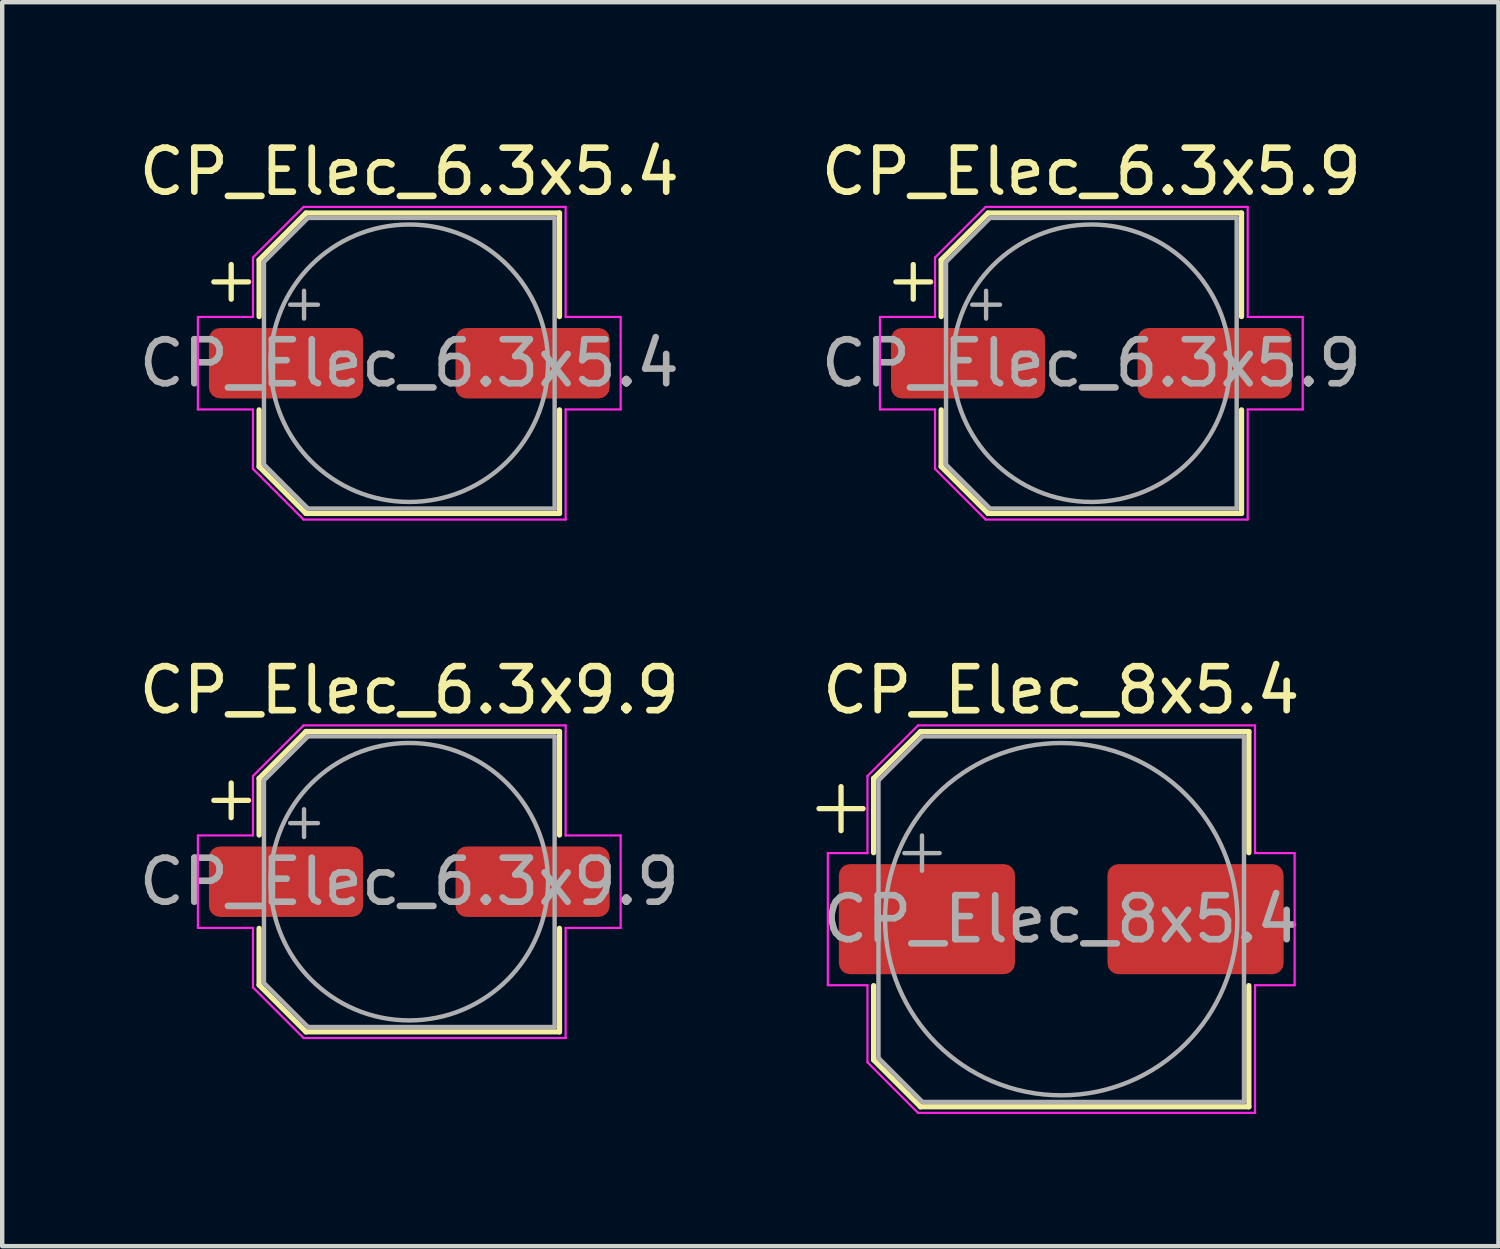
<source format=kicad_pcb>
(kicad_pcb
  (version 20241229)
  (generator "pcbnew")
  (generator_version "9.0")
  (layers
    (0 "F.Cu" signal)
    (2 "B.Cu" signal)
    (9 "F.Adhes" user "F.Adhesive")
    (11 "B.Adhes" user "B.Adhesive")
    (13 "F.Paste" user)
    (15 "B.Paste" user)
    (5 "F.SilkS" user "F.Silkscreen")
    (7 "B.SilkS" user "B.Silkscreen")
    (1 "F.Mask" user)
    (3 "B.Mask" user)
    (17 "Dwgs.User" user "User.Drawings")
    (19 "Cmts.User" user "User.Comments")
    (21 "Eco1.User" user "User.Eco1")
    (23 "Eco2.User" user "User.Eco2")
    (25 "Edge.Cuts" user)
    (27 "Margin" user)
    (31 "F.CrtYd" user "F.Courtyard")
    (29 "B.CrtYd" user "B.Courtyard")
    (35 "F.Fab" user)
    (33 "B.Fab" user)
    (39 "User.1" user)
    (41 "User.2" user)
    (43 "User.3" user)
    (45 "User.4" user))
  (footprint "CP_Elec_6.3x5.4"
    (layer "F.Cu")
    (at 6.244 5.198)
    (property "Reference" "CP_Elec_6.3x5.4" (at 0 -4.35 0) (layer "F.SilkS") (effects (font (size 1 1) (thickness 0.15))))
    (attr smd)
    (fp_line (start -4.438 -1.847) (end -3.65 -1.847) (stroke (width 0.12) (type solid)) (layer "F.SilkS"))
    (fp_line (start -4.044 -2.241) (end -4.044 -1.454) (stroke (width 0.12) (type solid)) (layer "F.SilkS"))
    (fp_line (start -3.41 -2.346) (end -3.41 -1.06) (stroke (width 0.12) (type solid)) (layer "F.SilkS"))
    (fp_line (start -3.41 -2.346) (end -2.346 -3.41) (stroke (width 0.12) (type solid)) (layer "F.SilkS"))
    (fp_line (start -3.41 2.346) (end -3.41 1.06) (stroke (width 0.12) (type solid)) (layer "F.SilkS"))
    (fp_line (start -3.41 2.346) (end -2.346 3.41) (stroke (width 0.12) (type solid)) (layer "F.SilkS"))
    (fp_line (start -2.346 -3.41) (end 3.41 -3.41) (stroke (width 0.12) (type solid)) (layer "F.SilkS"))
    (fp_line (start -2.346 3.41) (end 3.41 3.41) (stroke (width 0.12) (type solid)) (layer "F.SilkS"))
    (fp_line (start 3.41 -3.41) (end 3.41 -1.06) (stroke (width 0.12) (type solid)) (layer "F.SilkS"))
    (fp_line (start 3.41 3.41) (end 3.41 1.06) (stroke (width 0.12) (type solid)) (layer "F.SilkS"))
    (fp_line (start -4.8 -1.05) (end -4.8 1.05) (stroke (width 0.05) (type solid)) (layer "F.CrtYd"))
    (fp_line (start -4.8 1.05) (end -3.55 1.05) (stroke (width 0.05) (type solid)) (layer "F.CrtYd"))
    (fp_line (start -3.55 -2.4) (end -3.55 -1.05) (stroke (width 0.05) (type solid)) (layer "F.CrtYd"))
    (fp_line (start -3.55 -2.4) (end -2.4 -3.55) (stroke (width 0.05) (type solid)) (layer "F.CrtYd"))
    (fp_line (start -3.55 -1.05) (end -4.8 -1.05) (stroke (width 0.05) (type solid)) (layer "F.CrtYd"))
    (fp_line (start -3.55 1.05) (end -3.55 2.4) (stroke (width 0.05) (type solid)) (layer "F.CrtYd"))
    (fp_line (start -3.55 2.4) (end -2.4 3.55) (stroke (width 0.05) (type solid)) (layer "F.CrtYd"))
    (fp_line (start -2.4 -3.55) (end 3.55 -3.55) (stroke (width 0.05) (type solid)) (layer "F.CrtYd"))
    (fp_line (start -2.4 3.55) (end 3.55 3.55) (stroke (width 0.05) (type solid)) (layer "F.CrtYd"))
    (fp_line (start 3.55 -3.55) (end 3.55 -1.05) (stroke (width 0.05) (type solid)) (layer "F.CrtYd"))
    (fp_line (start 3.55 -1.05) (end 4.8 -1.05) (stroke (width 0.05) (type solid)) (layer "F.CrtYd"))
    (fp_line (start 3.55 1.05) (end 3.55 3.55) (stroke (width 0.05) (type solid)) (layer "F.CrtYd"))
    (fp_line (start 4.8 -1.05) (end 4.8 1.05) (stroke (width 0.05) (type solid)) (layer "F.CrtYd"))
    (fp_line (start 4.8 1.05) (end 3.55 1.05) (stroke (width 0.05) (type solid)) (layer "F.CrtYd"))
    (fp_line (start -3.3 -2.3) (end -3.3 2.3) (stroke (width 0.1) (type solid)) (layer "F.Fab"))
    (fp_line (start -3.3 -2.3) (end -2.3 -3.3) (stroke (width 0.1) (type solid)) (layer "F.Fab"))
    (fp_line (start -3.3 2.3) (end -2.3 3.3) (stroke (width 0.1) (type solid)) (layer "F.Fab"))
    (fp_line (start -2.705 -1.33) (end -2.075 -1.33) (stroke (width 0.1) (type solid)) (layer "F.Fab"))
    (fp_line (start -2.39 -1.645) (end -2.39 -1.015) (stroke (width 0.1) (type solid)) (layer "F.Fab"))
    (fp_line (start -2.3 -3.3) (end 3.3 -3.3) (stroke (width 0.1) (type solid)) (layer "F.Fab"))
    (fp_line (start -2.3 3.3) (end 3.3 3.3) (stroke (width 0.1) (type solid)) (layer "F.Fab"))
    (fp_line (start 3.3 -3.3) (end 3.3 3.3) (stroke (width 0.1) (type solid)) (layer "F.Fab"))
    (fp_circle (center 0 0) (end 3.15 0) (stroke (width 0.1) (type solid)) (fill no) (layer "F.Fab"))
    (fp_text user "${REFERENCE}" (at 0 0 0) (layer "F.Fab") (effects (font (size 1 1) (thickness 0.15))))
    (pad "1" smd roundrect (at -2.8 0) (size 3.5 1.6) (layers "F.Cu" "F.Mask" "F.Paste") (roundrect_rratio 0.156))
    (pad "2" smd roundrect (at 2.8 0) (size 3.5 1.6) (layers "F.Cu" "F.Mask" "F.Paste") (roundrect_rratio 0.156)))
  (footprint "CP_Elec_8x5.4"
    (layer "F.Cu")
    (at 21.048 17.822)
    (property "Reference" "CP_Elec_8x5.4" (at 0 -5.2 0) (layer "F.SilkS") (effects (font (size 1 1) (thickness 0.15))))
    (attr smd)
    (fp_line (start -5.5 -2.51) (end -4.5 -2.51) (stroke (width 0.12) (type solid)) (layer "F.SilkS"))
    (fp_line (start -5 -3.01) (end -5 -2.01) (stroke (width 0.12) (type solid)) (layer "F.SilkS"))
    (fp_line (start -4.26 -3.196) (end -4.26 -1.51) (stroke (width 0.12) (type solid)) (layer "F.SilkS"))
    (fp_line (start -4.26 -3.196) (end -3.196 -4.26) (stroke (width 0.12) (type solid)) (layer "F.SilkS"))
    (fp_line (start -4.26 3.196) (end -4.26 1.51) (stroke (width 0.12) (type solid)) (layer "F.SilkS"))
    (fp_line (start -4.26 3.196) (end -3.196 4.26) (stroke (width 0.12) (type solid)) (layer "F.SilkS"))
    (fp_line (start -3.196 -4.26) (end 4.26 -4.26) (stroke (width 0.12) (type solid)) (layer "F.SilkS"))
    (fp_line (start -3.196 4.26) (end 4.26 4.26) (stroke (width 0.12) (type solid)) (layer "F.SilkS"))
    (fp_line (start 4.26 -4.26) (end 4.26 -1.51) (stroke (width 0.12) (type solid)) (layer "F.SilkS"))
    (fp_line (start 4.26 4.26) (end 4.26 1.51) (stroke (width 0.12) (type solid)) (layer "F.SilkS"))
    (fp_line (start -5.3 -1.5) (end -5.3 1.5) (stroke (width 0.05) (type solid)) (layer "F.CrtYd"))
    (fp_line (start -5.3 1.5) (end -4.4 1.5) (stroke (width 0.05) (type solid)) (layer "F.CrtYd"))
    (fp_line (start -4.4 -3.25) (end -4.4 -1.5) (stroke (width 0.05) (type solid)) (layer "F.CrtYd"))
    (fp_line (start -4.4 -3.25) (end -3.25 -4.4) (stroke (width 0.05) (type solid)) (layer "F.CrtYd"))
    (fp_line (start -4.4 -1.5) (end -5.3 -1.5) (stroke (width 0.05) (type solid)) (layer "F.CrtYd"))
    (fp_line (start -4.4 1.5) (end -4.4 3.25) (stroke (width 0.05) (type solid)) (layer "F.CrtYd"))
    (fp_line (start -4.4 3.25) (end -3.25 4.4) (stroke (width 0.05) (type solid)) (layer "F.CrtYd"))
    (fp_line (start -3.25 -4.4) (end 4.4 -4.4) (stroke (width 0.05) (type solid)) (layer "F.CrtYd"))
    (fp_line (start -3.25 4.4) (end 4.4 4.4) (stroke (width 0.05) (type solid)) (layer "F.CrtYd"))
    (fp_line (start 4.4 -4.4) (end 4.4 -1.5) (stroke (width 0.05) (type solid)) (layer "F.CrtYd"))
    (fp_line (start 4.4 -1.5) (end 5.3 -1.5) (stroke (width 0.05) (type solid)) (layer "F.CrtYd"))
    (fp_line (start 4.4 1.5) (end 4.4 4.4) (stroke (width 0.05) (type solid)) (layer "F.CrtYd"))
    (fp_line (start 5.3 -1.5) (end 5.3 1.5) (stroke (width 0.05) (type solid)) (layer "F.CrtYd"))
    (fp_line (start 5.3 1.5) (end 4.4 1.5) (stroke (width 0.05) (type solid)) (layer "F.CrtYd"))
    (fp_line (start -4.15 -3.15) (end -4.15 3.15) (stroke (width 0.1) (type solid)) (layer "F.Fab"))
    (fp_line (start -4.15 -3.15) (end -3.15 -4.15) (stroke (width 0.1) (type solid)) (layer "F.Fab"))
    (fp_line (start -4.15 3.15) (end -3.15 4.15) (stroke (width 0.1) (type solid)) (layer "F.Fab"))
    (fp_line (start -3.562 -1.5) (end -2.762 -1.5) (stroke (width 0.1) (type solid)) (layer "F.Fab"))
    (fp_line (start -3.162 -1.9) (end -3.162 -1.1) (stroke (width 0.1) (type solid)) (layer "F.Fab"))
    (fp_line (start -3.15 -4.15) (end 4.15 -4.15) (stroke (width 0.1) (type solid)) (layer "F.Fab"))
    (fp_line (start -3.15 4.15) (end 4.15 4.15) (stroke (width 0.1) (type solid)) (layer "F.Fab"))
    (fp_line (start 4.15 -4.15) (end 4.15 4.15) (stroke (width 0.1) (type solid)) (layer "F.Fab"))
    (fp_circle (center 0 0) (end 4 0) (stroke (width 0.1) (type solid)) (fill no) (layer "F.Fab"))
    (fp_text user "${REFERENCE}" (at 0 0 0) (layer "F.Fab") (effects (font (size 1 1) (thickness 0.15))))
    (pad "1" smd roundrect (at -3.05 0) (size 4 2.5) (layers "F.Cu" "F.Mask" "F.Paste") (roundrect_rratio 0.1))
    (pad "2" smd roundrect (at 3.05 0) (size 4 2.5) (layers "F.Cu" "F.Mask" "F.Paste") (roundrect_rratio 0.1)))
  (footprint "CP_Elec_6.3x9.9"
    (layer "F.Cu")
    (at 6.244 16.971)
    (property "Reference" "CP_Elec_6.3x9.9" (at 0 -4.35 0) (layer "F.SilkS") (effects (font (size 1 1) (thickness 0.15))))
    (attr smd)
    (fp_line (start -4.438 -1.847) (end -3.65 -1.847) (stroke (width 0.12) (type solid)) (layer "F.SilkS"))
    (fp_line (start -4.044 -2.241) (end -4.044 -1.454) (stroke (width 0.12) (type solid)) (layer "F.SilkS"))
    (fp_line (start -3.41 -2.346) (end -3.41 -1.06) (stroke (width 0.12) (type solid)) (layer "F.SilkS"))
    (fp_line (start -3.41 -2.346) (end -2.346 -3.41) (stroke (width 0.12) (type solid)) (layer "F.SilkS"))
    (fp_line (start -3.41 2.346) (end -3.41 1.06) (stroke (width 0.12) (type solid)) (layer "F.SilkS"))
    (fp_line (start -3.41 2.346) (end -2.346 3.41) (stroke (width 0.12) (type solid)) (layer "F.SilkS"))
    (fp_line (start -2.346 -3.41) (end 3.41 -3.41) (stroke (width 0.12) (type solid)) (layer "F.SilkS"))
    (fp_line (start -2.346 3.41) (end 3.41 3.41) (stroke (width 0.12) (type solid)) (layer "F.SilkS"))
    (fp_line (start 3.41 -3.41) (end 3.41 -1.06) (stroke (width 0.12) (type solid)) (layer "F.SilkS"))
    (fp_line (start 3.41 3.41) (end 3.41 1.06) (stroke (width 0.12) (type solid)) (layer "F.SilkS"))
    (fp_line (start -4.8 -1.05) (end -4.8 1.05) (stroke (width 0.05) (type solid)) (layer "F.CrtYd"))
    (fp_line (start -4.8 1.05) (end -3.55 1.05) (stroke (width 0.05) (type solid)) (layer "F.CrtYd"))
    (fp_line (start -3.55 -2.4) (end -3.55 -1.05) (stroke (width 0.05) (type solid)) (layer "F.CrtYd"))
    (fp_line (start -3.55 -2.4) (end -2.4 -3.55) (stroke (width 0.05) (type solid)) (layer "F.CrtYd"))
    (fp_line (start -3.55 -1.05) (end -4.8 -1.05) (stroke (width 0.05) (type solid)) (layer "F.CrtYd"))
    (fp_line (start -3.55 1.05) (end -3.55 2.4) (stroke (width 0.05) (type solid)) (layer "F.CrtYd"))
    (fp_line (start -3.55 2.4) (end -2.4 3.55) (stroke (width 0.05) (type solid)) (layer "F.CrtYd"))
    (fp_line (start -2.4 -3.55) (end 3.55 -3.55) (stroke (width 0.05) (type solid)) (layer "F.CrtYd"))
    (fp_line (start -2.4 3.55) (end 3.55 3.55) (stroke (width 0.05) (type solid)) (layer "F.CrtYd"))
    (fp_line (start 3.55 -3.55) (end 3.55 -1.05) (stroke (width 0.05) (type solid)) (layer "F.CrtYd"))
    (fp_line (start 3.55 -1.05) (end 4.8 -1.05) (stroke (width 0.05) (type solid)) (layer "F.CrtYd"))
    (fp_line (start 3.55 1.05) (end 3.55 3.55) (stroke (width 0.05) (type solid)) (layer "F.CrtYd"))
    (fp_line (start 4.8 -1.05) (end 4.8 1.05) (stroke (width 0.05) (type solid)) (layer "F.CrtYd"))
    (fp_line (start 4.8 1.05) (end 3.55 1.05) (stroke (width 0.05) (type solid)) (layer "F.CrtYd"))
    (fp_line (start -3.3 -2.3) (end -3.3 2.3) (stroke (width 0.1) (type solid)) (layer "F.Fab"))
    (fp_line (start -3.3 -2.3) (end -2.3 -3.3) (stroke (width 0.1) (type solid)) (layer "F.Fab"))
    (fp_line (start -3.3 2.3) (end -2.3 3.3) (stroke (width 0.1) (type solid)) (layer "F.Fab"))
    (fp_line (start -2.705 -1.33) (end -2.075 -1.33) (stroke (width 0.1) (type solid)) (layer "F.Fab"))
    (fp_line (start -2.39 -1.645) (end -2.39 -1.015) (stroke (width 0.1) (type solid)) (layer "F.Fab"))
    (fp_line (start -2.3 -3.3) (end 3.3 -3.3) (stroke (width 0.1) (type solid)) (layer "F.Fab"))
    (fp_line (start -2.3 3.3) (end 3.3 3.3) (stroke (width 0.1) (type solid)) (layer "F.Fab"))
    (fp_line (start 3.3 -3.3) (end 3.3 3.3) (stroke (width 0.1) (type solid)) (layer "F.Fab"))
    (fp_circle (center 0 0) (end 3.15 0) (stroke (width 0.1) (type solid)) (fill no) (layer "F.Fab"))
    (fp_text user "${REFERENCE}" (at 0 0 0) (layer "F.Fab") (effects (font (size 1 1) (thickness 0.15))))
    (pad "1" smd roundrect (at -2.8 0) (size 3.5 1.6) (layers "F.Cu" "F.Mask" "F.Paste") (roundrect_rratio 0.156))
    (pad "2" smd roundrect (at 2.8 0) (size 3.5 1.6) (layers "F.Cu" "F.Mask" "F.Paste") (roundrect_rratio 0.156)))
  (footprint "CP_Elec_6.3x5.9"
    (layer "F.Cu")
    (at 21.732 5.198)
    (property "Reference" "CP_Elec_6.3x5.9" (at 0 -4.35 0) (layer "F.SilkS") (effects (font (size 1 1) (thickness 0.15))))
    (attr smd)
    (fp_line (start -4.438 -1.847) (end -3.65 -1.847) (stroke (width 0.12) (type solid)) (layer "F.SilkS"))
    (fp_line (start -4.044 -2.241) (end -4.044 -1.454) (stroke (width 0.12) (type solid)) (layer "F.SilkS"))
    (fp_line (start -3.41 -2.346) (end -3.41 -1.06) (stroke (width 0.12) (type solid)) (layer "F.SilkS"))
    (fp_line (start -3.41 -2.346) (end -2.346 -3.41) (stroke (width 0.12) (type solid)) (layer "F.SilkS"))
    (fp_line (start -3.41 2.346) (end -3.41 1.06) (stroke (width 0.12) (type solid)) (layer "F.SilkS"))
    (fp_line (start -3.41 2.346) (end -2.346 3.41) (stroke (width 0.12) (type solid)) (layer "F.SilkS"))
    (fp_line (start -2.346 -3.41) (end 3.41 -3.41) (stroke (width 0.12) (type solid)) (layer "F.SilkS"))
    (fp_line (start -2.346 3.41) (end 3.41 3.41) (stroke (width 0.12) (type solid)) (layer "F.SilkS"))
    (fp_line (start 3.41 -3.41) (end 3.41 -1.06) (stroke (width 0.12) (type solid)) (layer "F.SilkS"))
    (fp_line (start 3.41 3.41) (end 3.41 1.06) (stroke (width 0.12) (type solid)) (layer "F.SilkS"))
    (fp_line (start -4.8 -1.05) (end -4.8 1.05) (stroke (width 0.05) (type solid)) (layer "F.CrtYd"))
    (fp_line (start -4.8 1.05) (end -3.55 1.05) (stroke (width 0.05) (type solid)) (layer "F.CrtYd"))
    (fp_line (start -3.55 -2.4) (end -3.55 -1.05) (stroke (width 0.05) (type solid)) (layer "F.CrtYd"))
    (fp_line (start -3.55 -2.4) (end -2.4 -3.55) (stroke (width 0.05) (type solid)) (layer "F.CrtYd"))
    (fp_line (start -3.55 -1.05) (end -4.8 -1.05) (stroke (width 0.05) (type solid)) (layer "F.CrtYd"))
    (fp_line (start -3.55 1.05) (end -3.55 2.4) (stroke (width 0.05) (type solid)) (layer "F.CrtYd"))
    (fp_line (start -3.55 2.4) (end -2.4 3.55) (stroke (width 0.05) (type solid)) (layer "F.CrtYd"))
    (fp_line (start -2.4 -3.55) (end 3.55 -3.55) (stroke (width 0.05) (type solid)) (layer "F.CrtYd"))
    (fp_line (start -2.4 3.55) (end 3.55 3.55) (stroke (width 0.05) (type solid)) (layer "F.CrtYd"))
    (fp_line (start 3.55 -3.55) (end 3.55 -1.05) (stroke (width 0.05) (type solid)) (layer "F.CrtYd"))
    (fp_line (start 3.55 -1.05) (end 4.8 -1.05) (stroke (width 0.05) (type solid)) (layer "F.CrtYd"))
    (fp_line (start 3.55 1.05) (end 3.55 3.55) (stroke (width 0.05) (type solid)) (layer "F.CrtYd"))
    (fp_line (start 4.8 -1.05) (end 4.8 1.05) (stroke (width 0.05) (type solid)) (layer "F.CrtYd"))
    (fp_line (start 4.8 1.05) (end 3.55 1.05) (stroke (width 0.05) (type solid)) (layer "F.CrtYd"))
    (fp_line (start -3.3 -2.3) (end -3.3 2.3) (stroke (width 0.1) (type solid)) (layer "F.Fab"))
    (fp_line (start -3.3 -2.3) (end -2.3 -3.3) (stroke (width 0.1) (type solid)) (layer "F.Fab"))
    (fp_line (start -3.3 2.3) (end -2.3 3.3) (stroke (width 0.1) (type solid)) (layer "F.Fab"))
    (fp_line (start -2.705 -1.33) (end -2.075 -1.33) (stroke (width 0.1) (type solid)) (layer "F.Fab"))
    (fp_line (start -2.39 -1.645) (end -2.39 -1.015) (stroke (width 0.1) (type solid)) (layer "F.Fab"))
    (fp_line (start -2.3 -3.3) (end 3.3 -3.3) (stroke (width 0.1) (type solid)) (layer "F.Fab"))
    (fp_line (start -2.3 3.3) (end 3.3 3.3) (stroke (width 0.1) (type solid)) (layer "F.Fab"))
    (fp_line (start 3.3 -3.3) (end 3.3 3.3) (stroke (width 0.1) (type solid)) (layer "F.Fab"))
    (fp_circle (center 0 0) (end 3.15 0) (stroke (width 0.1) (type solid)) (fill no) (layer "F.Fab"))
    (fp_text user "${REFERENCE}" (at 0 0 0) (layer "F.Fab") (effects (font (size 1 1) (thickness 0.15))))
    (pad "1" smd roundrect (at -2.8 0) (size 3.5 1.6) (layers "F.Cu" "F.Mask" "F.Paste") (roundrect_rratio 0.156))
    (pad "2" smd roundrect (at 2.8 0) (size 3.5 1.6) (layers "F.Cu" "F.Mask" "F.Paste") (roundrect_rratio 0.156)))
  (gr_rect
    (start -3 -3)
    (end 30.976 25.247)
    (stroke (width 0.1) (type default))
    (fill no)
    (layer "Edge.Cuts")))
</source>
